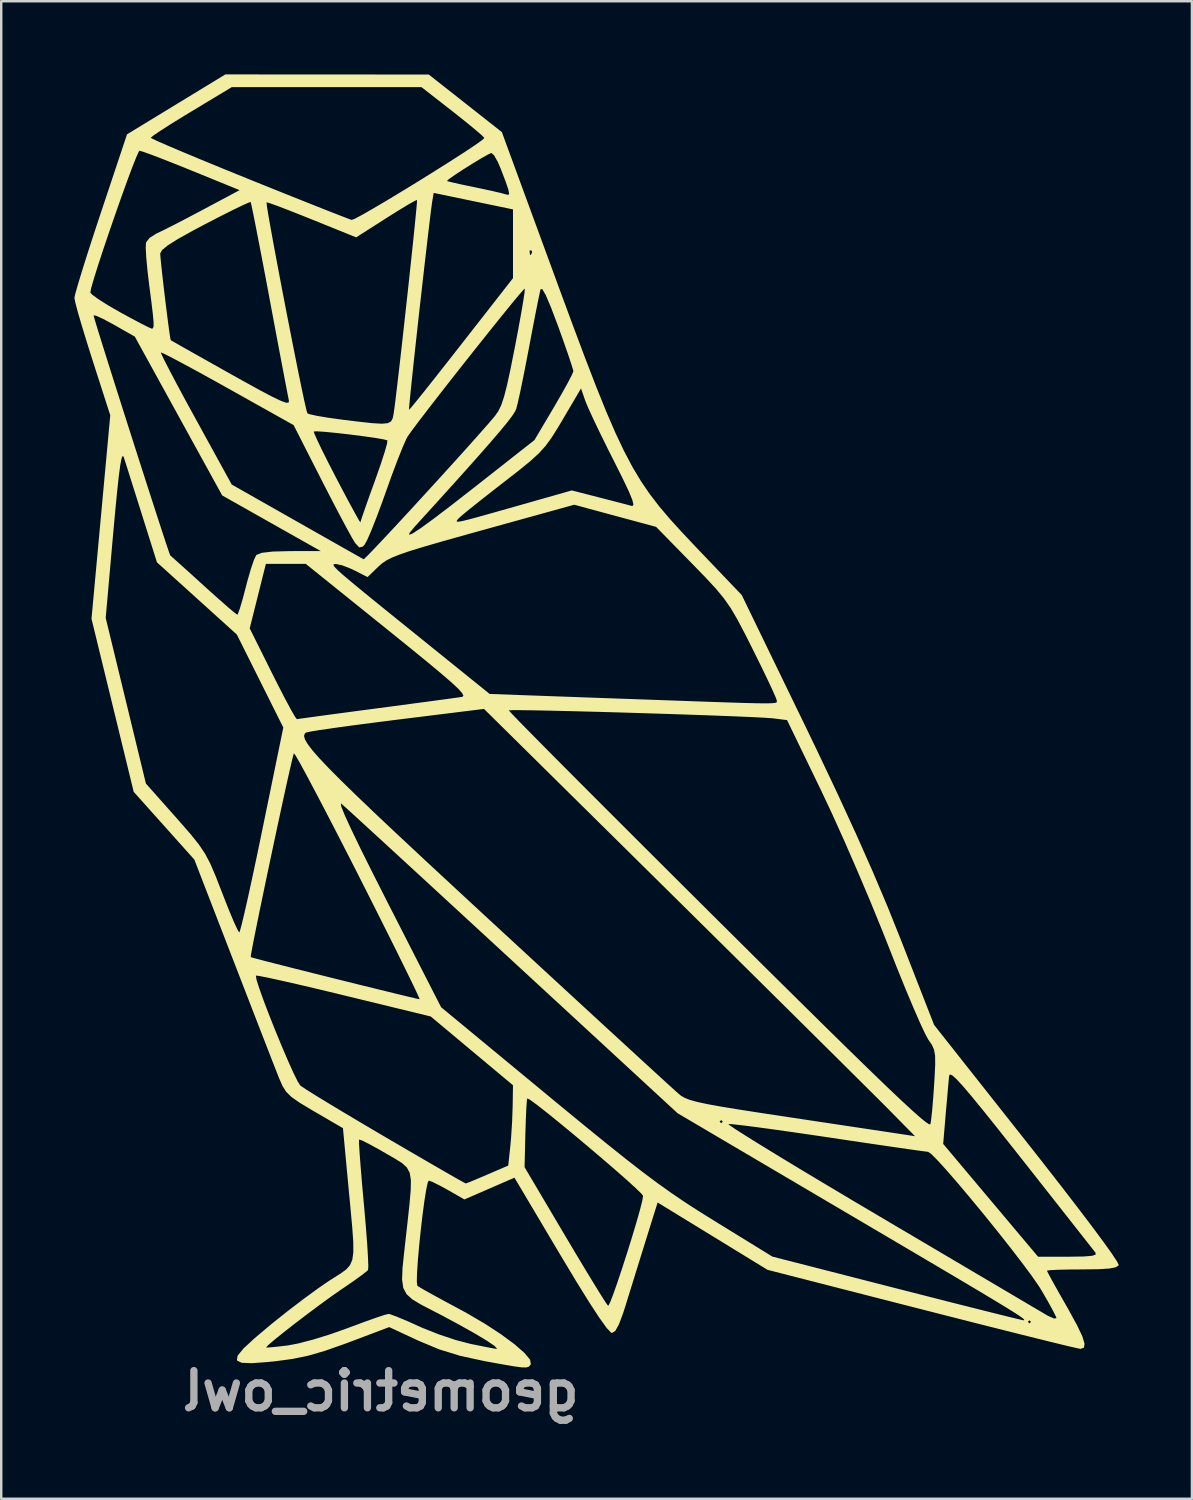
<source format=kicad_pcb>
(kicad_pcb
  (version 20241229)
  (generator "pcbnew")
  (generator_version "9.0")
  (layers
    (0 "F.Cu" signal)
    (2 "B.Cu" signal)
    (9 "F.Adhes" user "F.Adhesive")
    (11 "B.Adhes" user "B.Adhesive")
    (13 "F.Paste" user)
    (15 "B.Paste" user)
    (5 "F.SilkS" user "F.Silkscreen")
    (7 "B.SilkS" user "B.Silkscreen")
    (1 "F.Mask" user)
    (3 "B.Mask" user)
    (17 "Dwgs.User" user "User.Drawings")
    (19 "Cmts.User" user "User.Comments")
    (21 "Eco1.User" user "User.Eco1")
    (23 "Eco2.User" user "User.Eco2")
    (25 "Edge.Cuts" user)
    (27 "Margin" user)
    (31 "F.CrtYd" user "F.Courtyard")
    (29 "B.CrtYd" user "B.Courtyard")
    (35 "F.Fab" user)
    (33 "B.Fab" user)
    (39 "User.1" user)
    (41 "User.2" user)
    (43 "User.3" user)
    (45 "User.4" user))
  (footprint "geometric_owl"
    (layer "F.Cu")
    (at 14.458 24.749)
    (property "Reference" "geometric_owl" (at -1.905 29.21 0) (layer "F.Fab") (effects (font (size 1.524 1.524) (thickness 0.3)) (justify mirror)))
    (attr board_only exclude_from_pos_files exclude_from_bom)
    (fp_poly (pts (xy -10.288 -23.521) (xy -12.302 -22.294) (xy -13.38 -19.062) (xy -13.671 -18.182) (xy -13.932 -17.375) (xy -14.152 -16.676) (xy -14.32 -16.12) (xy -14.426 -15.744) (xy -14.458 -15.588) (xy -14.42 -15.391) (xy -14.313 -14.99) (xy -14.149 -14.431) (xy -13.943 -13.756) (xy -13.724 -13.062) (xy -12.989 -10.778) (xy -13.758 -2.439) (xy -12.893 1.108) (xy -12.028 4.655) (xy -10.785 6.044) (xy -9.542 7.433) (xy -7.944 11.565) (xy -7.552 12.577) (xy -7.179 13.541) (xy -6.837 14.423) (xy -6.54 15.187) (xy -6.302 15.799) (xy -6.135 16.225) (xy -6.072 16.385) (xy -5.932 16.706) (xy -5.779 16.949) (xy -5.56 17.163) (xy -5.225 17.397) (xy -4.721 17.7) (xy -4.624 17.756) (xy -3.452 18.439) (xy -3.233 20.78) (xy -3.139 21.769) (xy -3.069 22.534) (xy -3.029 23.11) (xy -3.027 23.531) (xy -3.069 23.835) (xy -3.164 24.055) (xy -3.317 24.228) (xy -3.536 24.388) (xy -3.827 24.572) (xy -4.003 24.684) (xy -4.502 25.026) (xy -5.12 25.48) (xy -5.78 25.985) (xy -6.403 26.484) (xy -6.411 26.49) (xy -7.077 27.051) (xy -7.532 27.472) (xy -7.773 27.769) (xy -7.799 27.958) (xy -7.607 28.054) (xy -7.197 28.071) (xy -6.565 28.026) (xy -6.231 27.992) (xy -5.526 27.898) (xy -4.878 27.764) (xy -4.194 27.566) (xy -3.385 27.281) (xy -3.22 27.22) (xy -1.556 26.592) (xy -0.355 27.151) (xy 0.493 27.505) (xy 1.356 27.771) (xy 2.357 27.987) (xy 2.364 27.988) (xy 3.066 28.116) (xy 3.554 28.199) (xy 3.871 28.242) (xy 4.06 28.246) (xy 4.163 28.215) (xy 4.223 28.152) (xy 4.248 28.111) (xy 4.217 27.927) (xy 3.983 27.647) (xy 3.778 27.468) (xy 2.861 27.468) (xy 2.832 27.484) (xy 2.68 27.459) (xy 2.341 27.394) (xy 1.88 27.301) (xy 1.768 27.278) (xy 1.164 27.12) (xy 0.463 26.885) (xy -0.205 26.619) (xy -0.332 26.562) (xy -0.831 26.338) (xy -1.247 26.165) (xy -1.52 26.065) (xy -1.584 26.051) (xy -1.755 26.095) (xy -2.118 26.216) (xy -2.621 26.396) (xy -3.214 26.616) (xy -3.288 26.644) (xy -3.977 26.888) (xy -4.672 27.103) (xy -5.289 27.264) (xy -5.712 27.344) (xy -6.152 27.395) (xy -6.473 27.426) (xy -6.604 27.43) (xy -6.528 27.341) (xy -6.283 27.13) (xy -5.909 26.828) (xy -5.447 26.466) (xy -4.937 26.077) (xy -4.421 25.692) (xy -3.94 25.342) (xy -3.534 25.058) (xy -3.493 25.031) (xy -3.046 24.725) (xy -2.686 24.466) (xy -2.465 24.292) (xy -2.423 24.249) (xy -2.413 24.09) (xy -2.427 23.713) (xy -2.461 23.159) (xy -2.514 22.469) (xy -2.582 21.685) (xy -2.595 21.544) (xy -2.667 20.752) (xy -2.725 20.053) (xy -2.768 19.487) (xy -2.792 19.093) (xy -2.794 18.911) (xy -2.792 18.904) (xy -2.668 18.944) (xy -2.373 19.092) (xy -1.957 19.321) (xy -1.699 19.47) (xy -1.314 19.692) (xy -1.029 19.871) (xy -0.834 20.049) (xy -0.717 20.266) (xy -0.668 20.565) (xy -0.675 20.986) (xy -0.727 21.571) (xy -0.813 22.361) (xy -0.847 22.665) (xy -0.944 23.527) (xy -1.011 24.172) (xy -1.029 24.645) (xy -0.98 24.988) (xy -0.844 25.244) (xy -0.605 25.459) (xy -0.242 25.675) (xy 0.261 25.936) (xy 0.617 26.12) (xy 1.355 26.517) (xy 1.973 26.865) (xy 2.447 27.15) (xy 2.751 27.356) (xy 2.861 27.468) (xy 3.778 27.468) (xy 3.578 27.293) (xy 3.03 26.889) (xy 2.37 26.457) (xy 1.627 26.021) (xy 1.303 25.845) (xy 0.712 25.528) (xy 0.205 25.251) (xy -0.173 25.039) (xy -0.38 24.915) (xy -0.403 24.897) (xy -0.425 24.738) (xy -0.416 24.381) (xy -0.383 23.877) (xy -0.331 23.278) (xy -0.265 22.636) (xy -0.191 22.002) (xy -0.115 21.429) (xy -0.042 20.968) (xy 0.022 20.671) (xy 0.065 20.586) (xy 0.242 20.654) (xy 0.563 20.815) (xy 0.86 20.979) (xy 1.525 21.36) (xy 2.551 20.914) (xy 3.577 20.468) (xy 5.467 23.65) (xy 6.111 24.721) (xy 6.642 25.577) (xy 7.059 26.214) (xy 7.358 26.63) (xy 7.538 26.82) (xy 7.571 26.833) (xy 7.708 26.75) (xy 7.858 26.482) (xy 8.038 26) (xy 8.135 25.693) (xy 8.324 25.083) (xy 8.557 24.332) (xy 8.8 23.549) (xy 8.965 23.019) (xy 9.444 21.485) (xy 11.697 22.865) (xy 13.949 24.245) (xy 20.271 25.865) (xy 21.515 26.182) (xy 22.684 26.479) (xy 23.756 26.75) (xy 24.704 26.987) (xy 25.503 27.185) (xy 26.13 27.338) (xy 26.559 27.439) (xy 26.765 27.483) (xy 26.778 27.484) (xy 26.916 27.435) (xy 26.943 27.272) (xy 26.851 26.97) (xy 26.63 26.506) (xy 26.559 26.377) (xy 24.749 26.377) (xy 24.684 26.442) (xy 24.618 26.377) (xy 24.684 26.312) (xy 24.749 26.377) (xy 26.559 26.377) (xy 26.519 26.304) (xy 24.47 26.304) (xy 24.439 26.312) (xy 24.434 26.312) (xy 24.288 26.28) (xy 23.918 26.191) (xy 23.35 26.05) (xy 22.612 25.865) (xy 21.73 25.643) (xy 20.733 25.389) (xy 19.648 25.112) (xy 19.237 25.007) (xy 14.147 23.702) (xy 11.771 22.239) (xy 11.147 21.85) (xy 10.571 21.478) (xy 10.18 21.213) (xy 8.849 21.213) (xy 8.816 21.414) (xy 8.719 21.795) (xy 8.573 22.311) (xy 8.392 22.914) (xy 8.192 23.556) (xy 7.987 24.191) (xy 7.793 24.772) (xy 7.624 25.252) (xy 7.495 25.584) (xy 7.421 25.72) (xy 7.416 25.72) (xy 7.325 25.596) (xy 7.122 25.278) (xy 6.825 24.797) (xy 6.453 24.185) (xy 6.025 23.471) (xy 5.655 22.849) (xy 3.991 20.037) (xy 4.025 18.648) (xy 4.043 18.076) (xy 4.064 17.611) (xy 4.086 17.306) (xy 4.102 17.217) (xy 4.216 17.276) (xy 4.493 17.478) (xy 4.899 17.797) (xy 5.401 18.202) (xy 5.965 18.667) (xy 6.557 19.163) (xy 7.145 19.662) (xy 7.695 20.136) (xy 8.174 20.556) (xy 8.547 20.896) (xy 8.783 21.126) (xy 8.849 21.213) (xy 10.18 21.213) (xy 10.015 21.101) (xy 9.448 20.697) (xy 8.841 20.244) (xy 8.165 19.719) (xy 7.39 19.1) (xy 6.486 18.366) (xy 5.424 17.493) (xy 4.983 17.129) (xy 4.44 16.68) (xy 3.517 16.68) (xy 3.503 17.556) (xy 3.481 18.168) (xy 3.44 18.817) (xy 3.405 19.201) (xy 3.322 19.972) (xy 2.475 20.336) (xy 2.052 20.517) (xy 1.734 20.649) (xy 1.586 20.705) (xy 1.583 20.706) (xy 1.464 20.644) (xy 1.148 20.466) (xy 0.665 20.189) (xy 0.043 19.829) (xy -0.69 19.403) (xy -1.505 18.927) (xy -1.71 18.807) (xy -2.554 18.31) (xy -3.333 17.847) (xy -4.016 17.436) (xy -4.573 17.096) (xy -4.973 16.845) (xy -5.184 16.704) (xy -5.2 16.691) (xy -5.309 16.52) (xy -5.485 16.164) (xy -5.708 15.668) (xy -5.96 15.079) (xy -6.222 14.443) (xy -6.475 13.807) (xy -6.7 13.218) (xy -6.878 12.721) (xy -6.992 12.363) (xy -7.022 12.192) (xy -7.018 12.185) (xy -6.883 12.201) (xy -6.526 12.271) (xy -5.983 12.39) (xy -5.284 12.549) (xy -4.462 12.742) (xy -3.551 12.961) (xy -3.409 12.996) (xy 0.145 13.861) (xy 1.831 15.271) (xy 3.517 16.68) (xy 4.44 16.68) (xy 0.571 13.482) (xy 0.404 13.156) (xy -0.311 13.156) (xy -0.451 13.126) (xy -0.81 13.041) (xy -1.355 12.909) (xy -2.053 12.738) (xy -2.87 12.537) (xy -3.772 12.313) (xy -3.797 12.307) (xy -4.698 12.082) (xy -5.511 11.877) (xy -6.204 11.701) (xy -6.744 11.562) (xy -7.098 11.468) (xy -7.233 11.428) (xy -7.233 11.428) (xy -7.216 11.293) (xy -7.151 10.941) (xy -7.045 10.408) (xy -6.908 9.73) (xy -6.745 8.944) (xy -6.566 8.087) (xy -6.378 7.196) (xy -6.189 6.307) (xy -6.006 5.457) (xy -5.838 4.683) (xy -5.691 4.02) (xy -5.574 3.507) (xy -5.495 3.179) (xy -5.463 3.074) (xy -5.391 3.171) (xy -5.214 3.478) (xy -4.945 3.971) (xy -4.596 4.628) (xy -4.178 5.425) (xy -3.705 6.338) (xy -3.188 7.346) (xy -2.815 8.079) (xy -2.279 9.139) (xy -1.784 10.125) (xy -1.341 11.011) (xy -0.963 11.776) (xy -0.66 12.395) (xy -0.444 12.845) (xy -0.328 13.103) (xy -0.311 13.156) (xy 0.404 13.156) (xy -1.625 9.183) (xy -2.234 7.98) (xy -2.731 6.983) (xy -3.111 6.195) (xy -3.375 5.621) (xy -3.518 5.266) (xy -3.54 5.132) (xy -3.511 5.145) (xy -3.366 5.275) (xy -3.045 5.567) (xy -2.566 6.006) (xy -1.943 6.577) (xy -1.194 7.265) (xy -0.335 8.055) (xy 0.618 8.933) (xy 1.649 9.883) (xy 2.742 10.89) (xy 3.53 11.616) (xy 10.263 17.827) (xy 17.278 21.961) (xy 18.747 22.827) (xy 20.008 23.57) (xy 21.074 24.2) (xy 21.962 24.726) (xy 22.686 25.157) (xy 23.262 25.503) (xy 23.706 25.772) (xy 24.032 25.975) (xy 24.256 26.12) (xy 24.394 26.217) (xy 24.46 26.275) (xy 24.47 26.304) (xy 26.519 26.304) (xy 26.477 26.227) (xy 25.791 26.227) (xy 25.694 26.24) (xy 25.453 26.135) (xy 25.367 26.087) (xy 25.179 25.975) (xy 24.787 25.744) (xy 24.215 25.406) (xy 23.483 24.974) (xy 22.614 24.461) (xy 21.629 23.879) (xy 20.551 23.242) (xy 19.4 22.563) (xy 18.574 22.075) (xy 17.405 21.383) (xy 16.311 20.731) (xy 15.31 20.131) (xy 14.422 19.593) (xy 13.667 19.131) (xy 13.063 18.755) (xy 12.63 18.479) (xy 12.387 18.313) (xy 12.342 18.268) (xy 12.501 18.276) (xy 12.885 18.318) (xy 13.461 18.391) (xy 14.198 18.491) (xy 15.061 18.613) (xy 16.019 18.753) (xy 16.438 18.815) (xy 17.426 18.963) (xy 18.333 19.097) (xy 19.125 19.213) (xy 19.772 19.306) (xy 20.239 19.371) (xy 20.495 19.405) (xy 20.531 19.408) (xy 20.669 19.506) (xy 20.939 19.78) (xy 21.316 20.196) (xy 21.774 20.725) (xy 22.286 21.334) (xy 22.828 21.991) (xy 23.372 22.665) (xy 23.893 23.324) (xy 24.365 23.937) (xy 24.763 24.472) (xy 25.059 24.897) (xy 25.166 25.067) (xy 25.438 25.535) (xy 25.65 25.922) (xy 25.773 26.17) (xy 25.791 26.227) (xy 26.477 26.227) (xy 26.274 25.855) (xy 26.182 25.694) (xy 25.88 25.164) (xy 25.632 24.721) (xy 25.464 24.411) (xy 25.4 24.28) (xy 25.4 24.28) (xy 25.522 24.259) (xy 25.851 24.242) (xy 26.336 24.231) (xy 26.837 24.228) (xy 27.508 24.22) (xy 27.957 24.192) (xy 28.221 24.141) (xy 28.336 24.063) (xy 28.343 24.049) (xy 28.278 23.909) (xy 28.088 23.622) (xy 27.397 23.622) (xy 27.247 23.671) (xy 26.909 23.698) (xy 26.348 23.707) (xy 26.276 23.707) (xy 25.037 23.707) (xy 23.092 21.395) (xy 21.148 19.083) (xy 21.175 18.768) (xy 19.994 18.768) (xy 19.473 18.688) (xy 19.218 18.65) (xy 18.74 18.578) (xy 18.077 18.478) (xy 17.264 18.356) (xy 16.336 18.216) (xy 16.034 18.171) (xy 12.114 18.171) (xy 12.049 18.236) (xy 11.984 18.171) (xy 12.049 18.106) (xy 12.114 18.171) (xy 16.034 18.171) (xy 15.33 18.065) (xy 14.831 17.99) (xy 13.676 17.815) (xy 12.75 17.671) (xy 12.024 17.552) (xy 11.471 17.451) (xy 11.062 17.362) (xy 10.768 17.281) (xy 10.561 17.2) (xy 10.411 17.115) (xy 10.334 17.055) (xy 10.179 16.917) (xy 9.849 16.617) (xy 9.359 16.169) (xy 8.724 15.587) (xy 7.961 14.886) (xy 7.085 14.081) (xy 6.112 13.185) (xy 5.057 12.213) (xy 3.937 11.18) (xy 2.767 10.1) (xy 2.66 10.002) (xy 1.214 8.665) (xy -0.05 7.492) (xy -1.143 6.472) (xy -2.076 5.594) (xy -2.858 4.847) (xy -3.501 4.221) (xy -4.017 3.703) (xy -4.414 3.283) (xy -4.705 2.951) (xy -4.901 2.694) (xy -5.011 2.503) (xy -5.047 2.366) (xy -5.019 2.271) (xy -4.966 2.224) (xy -4.807 2.188) (xy -4.425 2.125) (xy -3.852 2.042) (xy -3.688 2.019) (xy -5.897 2.019) (xy -6.759 6.22) (xy -6.967 7.226) (xy -7.163 8.146) (xy -7.338 8.95) (xy -7.487 9.608) (xy -7.602 10.09) (xy -7.677 10.365) (xy -7.701 10.42) (xy -7.774 10.306) (xy -7.919 9.991) (xy -8.117 9.521) (xy -8.347 8.94) (xy -8.414 8.766) (xy -8.673 8.101) (xy -8.888 7.599) (xy -9.102 7.193) (xy -9.356 6.814) (xy -9.692 6.394) (xy -10.151 5.867) (xy -10.287 5.713) (xy -11.528 4.315) (xy -12.352 0.92) (xy -13.176 -2.474) (xy -12.896 -5.633) (xy -12.795 -6.751) (xy -12.71 -7.627) (xy -12.639 -8.283) (xy -12.579 -8.736) (xy -12.528 -9.006) (xy -12.482 -9.113) (xy -12.439 -9.075) (xy -12.432 -9.053) (xy -12.38 -8.89) (xy -12.264 -8.524) (xy -12.098 -7.996) (xy -11.895 -7.353) (xy -11.732 -6.838) (xy -11.076 -4.753) (xy -9.438 -3.272) (xy -7.801 -1.792) (xy -5.897 2.019) (xy -3.688 2.019) (xy -3.125 1.941) (xy -2.276 1.83) (xy -1.342 1.711) (xy -1.254 1.7) (xy 2.329 1.256) (xy 10.12 8.955) (xy 11.334 10.155) (xy 12.515 11.323) (xy 13.647 12.443) (xy 14.714 13.499) (xy 15.699 14.476) (xy 16.588 15.357) (xy 17.363 16.127) (xy 18.009 16.769) (xy 18.51 17.267) (xy 18.849 17.607) (xy 18.952 17.711) (xy 19.994 18.768) (xy 21.175 18.768) (xy 21.253 17.845) (xy 21.304 17.267) (xy 21.349 16.756) (xy 21.383 16.39) (xy 21.393 16.288) (xy 21.428 16.236) (xy 21.522 16.276) (xy 21.689 16.425) (xy 21.942 16.698) (xy 22.294 17.111) (xy 22.76 17.679) (xy 23.353 18.419) (xy 24.086 19.344) (xy 24.347 19.675) (xy 25.022 20.531) (xy 25.648 21.326) (xy 26.207 22.037) (xy 26.68 22.638) (xy 27.048 23.106) (xy 27.292 23.416) (xy 27.391 23.544) (xy 27.397 23.622) (xy 28.088 23.622) (xy 28.063 23.583) (xy 27.709 23.088) (xy 27.228 22.44) (xy 26.633 21.656) (xy 25.936 20.752) (xy 25.15 19.744) (xy 24.594 19.038) (xy 22.058 15.83) (xy 20.821 15.83) (xy 20.795 16.363) (xy 20.778 16.647) (xy 20.736 17.246) (xy 20.691 17.764) (xy 20.649 18.136) (xy 20.624 18.278) (xy 20.571 18.279) (xy 20.432 18.188) (xy 20.197 17.996) (xy 19.859 17.696) (xy 19.408 17.279) (xy 18.837 16.738) (xy 18.137 16.062) (xy 17.298 15.245) (xy 16.313 14.279) (xy 15.173 13.154) (xy 13.868 11.864) (xy 12.392 10.398) (xy 11.932 9.941) (xy 10.687 8.703) (xy 9.497 7.517) (xy 8.375 6.397) (xy 7.332 5.355) (xy 6.382 4.404) (xy 5.538 3.556) (xy 4.812 2.825) (xy 4.218 2.223) (xy 3.767 1.764) (xy 3.473 1.459) (xy 3.348 1.322) (xy 3.344 1.316) (xy 3.479 1.307) (xy 3.84 1.307) (xy 4.396 1.314) (xy 5.113 1.329) (xy 5.957 1.349) (xy 6.896 1.373) (xy 7.897 1.401) (xy 8.927 1.432) (xy 9.952 1.465) (xy 10.939 1.498) (xy 11.855 1.531) (xy 12.667 1.563) (xy 13.343 1.592) (xy 13.848 1.618) (xy 14.15 1.64) (xy 14.18 1.643) (xy 14.749 1.714) (xy 16.147 4.602) (xy 16.601 5.567) (xy 17.111 6.699) (xy 17.644 7.922) (xy 18.168 9.158) (xy 18.647 10.331) (xy 18.889 10.942) (xy 19.25 11.857) (xy 19.597 12.712) (xy 19.915 13.471) (xy 20.188 14.098) (xy 20.402 14.557) (xy 20.539 14.811) (xy 20.548 14.824) (xy 20.688 15.028) (xy 20.775 15.223) (xy 20.817 15.47) (xy 20.821 15.83) (xy 22.058 15.83) (xy 20.776 14.207) (xy 19.414 10.718) (xy 18.866 9.352) (xy 18.26 7.92) (xy 17.579 6.385) (xy 16.809 4.711) (xy 15.934 2.865) (xy 15.473 1.91) (xy 15.005 0.946) (xy 14.332 0.946) (xy 14.33 0.976) (xy 14.299 0.999) (xy 14.219 1.015) (xy 14.067 1.025) (xy 13.822 1.028) (xy 13.462 1.023) (xy 12.966 1.011) (xy 12.312 0.99) (xy 11.478 0.962) (xy 10.442 0.925) (xy 9.184 0.88) (xy 8.131 0.843) (xy 4.56 0.715) (xy 1.484 0.715) (xy 1.443 0.761) (xy 1.422 0.765) (xy 1.209 0.795) (xy 0.776 0.854) (xy 0.165 0.937) (xy -0.587 1.037) (xy -1.438 1.151) (xy -2.084 1.236) (xy -2.966 1.353) (xy -3.76 1.459) (xy -4.43 1.549) (xy -4.94 1.619) (xy -5.256 1.662) (xy -5.343 1.676) (xy -5.42 1.571) (xy -5.592 1.272) (xy -5.836 0.816) (xy -6.132 0.242) (xy -6.342 -0.176) (xy -7.274 -2.045) (xy -6.942 -3.367) (xy -6.611 -4.689) (xy -4.976 -4.689) (xy -1.619 -1.986) (xy -0.695 -1.24) (xy 0.041 -0.638) (xy 0.606 -0.168) (xy 1.016 0.188) (xy 1.288 0.443) (xy 1.438 0.614) (xy 1.484 0.715) (xy 4.56 0.715) (xy 2.561 0.643) (xy -0.25 -1.625) (xy -1.224 -2.411) (xy -2.012 -3.049) (xy -2.633 -3.555) (xy -3.104 -3.944) (xy -3.443 -4.23) (xy -3.667 -4.431) (xy -3.794 -4.561) (xy -3.842 -4.636) (xy -3.828 -4.672) (xy -3.77 -4.683) (xy -3.74 -4.684) (xy -3.485 -4.63) (xy -3.121 -4.488) (xy -2.975 -4.418) (xy -2.444 -4.147) (xy -1.997 -4.58) (xy -1.85 -4.71) (xy -1.676 -4.828) (xy -1.444 -4.946) (xy -1.125 -5.074) (xy -0.69 -5.222) (xy -0.108 -5.4) (xy 0.65 -5.619) (xy 1.614 -5.89) (xy 2.238 -6.063) (xy 6.026 -7.113) (xy 7.703 -6.659) (xy 9.381 -6.206) (xy 10.865 -4.69) (xy 11.417 -4.122) (xy 11.835 -3.67) (xy 12.162 -3.274) (xy 12.441 -2.875) (xy 12.713 -2.412) (xy 13.022 -1.825) (xy 13.338 -1.198) (xy 13.665 -0.538) (xy 13.947 0.045) (xy 14.163 0.508) (xy 14.296 0.812) (xy 14.328 0.91) (xy 14.332 0.946) (xy 15.005 0.946) (xy 12.893 -3.41) (xy 10.992 -5.401) (xy 10.438 -5.989) (xy 9.949 -6.527) (xy 9.515 -7.039) (xy 9.452 -7.121) (xy 8.454 -7.121) (xy 8.412 -7.059) (xy 8.384 -7.063) (xy 8.151 -7.126) (xy 7.74 -7.233) (xy 7.227 -7.365) (xy 7.034 -7.415) (xy 5.927 -7.699) (xy 3.647 -7.051) (xy 2.787 -6.808) (xy 2.148 -6.628) (xy 1.7 -6.507) (xy 1.413 -6.438) (xy 1.259 -6.415) (xy 1.206 -6.431) (xy 1.226 -6.48) (xy 1.28 -6.545) (xy 1.426 -6.677) (xy 1.742 -6.937) (xy 2.188 -7.293) (xy 2.726 -7.715) (xy 3.107 -8.011) (xy 3.742 -8.505) (xy 4.215 -8.89) (xy 4.567 -9.21) (xy 4.844 -9.514) (xy 5.09 -9.848) (xy 5.349 -10.259) (xy 5.55 -10.596) (xy 6.305 -11.879) (xy 6.478 -11.378) (xy 6.595 -11.092) (xy 6.808 -10.627) (xy 7.092 -10.034) (xy 7.421 -9.366) (xy 7.639 -8.936) (xy 8.008 -8.199) (xy 8.261 -7.667) (xy 8.406 -7.315) (xy 8.454 -7.121) (xy 9.452 -7.121) (xy 9.122 -7.55) (xy 8.758 -8.084) (xy 8.41 -8.665) (xy 8.066 -9.317) (xy 7.713 -10.064) (xy 7.339 -10.93) (xy 6.931 -11.939) (xy 6.683 -12.583) (xy 5.992 -12.583) (xy 5.929 -12.428) (xy 5.757 -12.098) (xy 5.503 -11.642) (xy 5.195 -11.11) (xy 4.397 -9.763) (xy 1.916 -7.812) (xy 1.002 -7.1) (xy 0.284 -6.552) (xy -0.244 -6.167) (xy -0.584 -5.942) (xy -0.742 -5.874) (xy -0.721 -5.96) (xy -0.525 -6.197) (xy -0.505 -6.22) (xy 0.491 -7.316) (xy 1.322 -8.237) (xy 2.002 -8.998) (xy 2.544 -9.614) (xy 2.962 -10.1) (xy 3.269 -10.472) (xy 3.478 -10.745) (xy 3.601 -10.934) (xy 3.647 -11.031) (xy 3.711 -11.28) (xy 3.812 -11.734) (xy 3.937 -12.339) (xy 4.076 -13.045) (xy 4.172 -13.547) (xy 4.311 -14.28) (xy 4.438 -14.936) (xy 4.544 -15.468) (xy 4.619 -15.826) (xy 4.648 -15.947) (xy 4.719 -15.949) (xy 4.86 -15.703) (xy 5.071 -15.209) (xy 5.353 -14.464) (xy 5.357 -14.454) (xy 5.585 -13.819) (xy 5.776 -13.27) (xy 5.915 -12.852) (xy 5.986 -12.615) (xy 5.992 -12.583) (xy 6.683 -12.583) (xy 6.477 -13.116) (xy 5.964 -14.484) (xy 5.414 -15.972) (xy 4.001 -15.972) (xy 3.993 -15.834) (xy 3.941 -15.482) (xy 3.852 -14.956) (xy 3.732 -14.297) (xy 3.589 -13.547) (xy 3.416 -12.677) (xy 3.274 -12.023) (xy 3.152 -11.545) (xy 3.038 -11.202) (xy 2.919 -10.954) (xy 2.784 -10.759) (xy 2.768 -10.739) (xy 2.5 -10.425) (xy 2.113 -9.986) (xy 1.634 -9.449) (xy 1.088 -8.844) (xy 0.501 -8.197) (xy -0.101 -7.538) (xy -0.692 -6.894) (xy -1.247 -6.293) (xy -1.741 -5.764) (xy -2.146 -5.335) (xy -2.437 -5.033) (xy -2.59 -4.887) (xy -2.605 -4.878) (xy -2.732 -4.948) (xy -3.053 -5.13) (xy -3.203 -5.214) (xy -4.364 -5.214) (xy -5.618 -5.212) (xy -6.321 -5.194) (xy -6.777 -5.142) (xy -7 -5.054) (xy -7.009 -5.044) (xy -7.101 -4.849) (xy -7.23 -4.468) (xy -7.373 -3.97) (xy -7.432 -3.742) (xy -7.564 -3.241) (xy -7.68 -2.852) (xy -7.76 -2.633) (xy -7.782 -2.605) (xy -7.896 -2.688) (xy -8.166 -2.915) (xy -8.553 -3.255) (xy -9.022 -3.675) (xy -9.166 -3.806) (xy -9.649 -4.245) (xy -10.06 -4.615) (xy -10.361 -4.885) (xy -10.516 -5.022) (xy -10.528 -5.032) (xy -10.576 -5.156) (xy -10.691 -5.497) (xy -10.864 -6.021) (xy -11.084 -6.697) (xy -11.341 -7.492) (xy -11.625 -8.373) (xy -11.925 -9.308) (xy -12.231 -10.266) (xy -12.533 -11.212) (xy -12.82 -12.116) (xy -13.082 -12.945) (xy -13.308 -13.666) (xy -13.489 -14.247) (xy -13.613 -14.656) (xy -13.671 -14.86) (xy -13.674 -14.875) (xy -13.573 -14.86) (xy -13.301 -14.738) (xy -12.914 -14.532) (xy -12.83 -14.485) (xy -11.983 -14.003) (xy -10.192 -10.748) (xy -8.402 -7.494) (xy -6.383 -6.354) (xy -4.364 -5.214) (xy -3.203 -5.214) (xy -3.537 -5.403) (xy -4.15 -5.75) (xy -4.86 -6.153) (xy -5.341 -6.426) (xy -8.011 -7.941) (xy -9.486 -10.626) (xy -9.9 -11.383) (xy -10.265 -12.062) (xy -10.564 -12.63) (xy -10.782 -13.054) (xy -10.9 -13.303) (xy -10.916 -13.355) (xy -10.795 -13.307) (xy -10.479 -13.147) (xy -10 -12.893) (xy -9.389 -12.562) (xy -8.679 -12.17) (xy -8.173 -11.888) (xy -5.474 -10.376) (xy -4.309 -8.086) (xy -3.937 -7.363) (xy -3.595 -6.707) (xy -3.302 -6.158) (xy -3.081 -5.757) (xy -2.953 -5.544) (xy -2.947 -5.536) (xy -2.782 -5.362) (xy -2.645 -5.395) (xy -2.568 -5.471) (xy -2.464 -5.657) (xy -2.295 -6.043) (xy -2.082 -6.581) (xy -1.842 -7.224) (xy -1.701 -7.62) (xy -1.452 -8.316) (xy -1.214 -8.947) (xy -1.008 -9.462) (xy -0.882 -9.749) (xy -1.629 -9.749) (xy -1.647 -9.609) (xy -1.742 -9.273) (xy -1.899 -8.788) (xy -2.104 -8.201) (xy -2.15 -8.074) (xy -2.368 -7.47) (xy -2.549 -6.958) (xy -2.677 -6.586) (xy -2.736 -6.4) (xy -2.738 -6.39) (xy -2.795 -6.474) (xy -2.952 -6.753) (xy -3.19 -7.19) (xy -3.487 -7.749) (xy -3.719 -8.19) (xy -4.045 -8.822) (xy -4.319 -9.37) (xy -4.521 -9.793) (xy -4.633 -10.052) (xy -4.648 -10.115) (xy -4.505 -10.121) (xy -4.168 -10.098) (xy -3.7 -10.052) (xy -3.166 -9.991) (xy -2.628 -9.922) (xy -2.151 -9.855) (xy -1.798 -9.795) (xy -1.632 -9.751) (xy -1.629 -9.749) (xy -0.882 -9.749) (xy -0.855 -9.809) (xy -0.802 -9.908) (xy -0.638 -10.14) (xy -0.352 -10.522) (xy 0.033 -11.024) (xy 0.492 -11.616) (xy 1.001 -12.268) (xy 1.537 -12.948) (xy 2.075 -13.626) (xy 2.591 -14.273) (xy 3.061 -14.857) (xy 3.46 -15.348) (xy 3.766 -15.716) (xy 3.953 -15.93) (xy 4.001 -15.972) (xy 5.414 -15.972) (xy 5.379 -16.067) (xy 5.258 -16.399) (xy 3.517 -16.399) (xy 1.4 -13.689) (xy 0.835 -12.968) (xy 0.325 -12.32) (xy -0.109 -11.773) (xy -0.446 -11.353) (xy -0.666 -11.087) (xy -0.745 -11) (xy -0.738 -11.129) (xy -0.705 -11.486) (xy -0.649 -12.04) (xy -0.573 -12.758) (xy -0.481 -13.611) (xy -0.376 -14.566) (xy -0.322 -15.052) (xy -0.207 -16.067) (xy -0.099 -17.015) (xy -0.001 -17.86) (xy 0.082 -18.567) (xy 0.147 -19.1) (xy 0.189 -19.423) (xy 0.198 -19.488) (xy 0.217 -19.604) (xy -0.417 -19.604) (xy -0.422 -19.473) (xy -0.454 -19.12) (xy -0.507 -18.58) (xy -0.577 -17.891) (xy -0.662 -17.089) (xy -0.756 -16.21) (xy -0.857 -15.291) (xy -0.959 -14.368) (xy -1.058 -13.477) (xy -1.152 -12.656) (xy -1.236 -11.94) (xy -1.305 -11.365) (xy -1.357 -10.97) (xy -1.375 -10.844) (xy -1.412 -10.657) (xy -1.479 -10.53) (xy -1.614 -10.456) (xy -1.856 -10.433) (xy -2.245 -10.455) (xy -2.821 -10.518) (xy -3.483 -10.599) (xy -4.048 -10.677) (xy -4.514 -10.755) (xy -4.82 -10.823) (xy -4.909 -10.858) (xy -4.951 -10.999) (xy -5.033 -11.358) (xy -5.037 -11.376) (xy -5.666 -11.376) (xy -5.677 -11.3) (xy -5.775 -11.292) (xy -5.984 -11.365) (xy -6.33 -11.529) (xy -6.836 -11.795) (xy -7.527 -12.176) (xy -8.044 -12.464) (xy -8.763 -12.869) (xy -9.4 -13.227) (xy -9.923 -13.522) (xy -10.298 -13.735) (xy -10.492 -13.846) (xy -10.511 -13.857) (xy -10.537 -13.988) (xy -10.585 -14.321) (xy -10.647 -14.797) (xy -10.718 -15.358) (xy -10.789 -15.948) (xy -10.853 -16.507) (xy -10.905 -16.979) (xy -10.936 -17.306) (xy -10.941 -17.41) (xy -10.87 -17.546) (xy -10.64 -17.737) (xy -10.23 -17.996) (xy -9.618 -18.338) (xy -9.11 -18.608) (xy -8.486 -18.93) (xy -7.948 -19.2) (xy -7.536 -19.399) (xy -7.288 -19.507) (xy -7.236 -19.52) (xy -7.202 -19.385) (xy -7.127 -19.026) (xy -7.017 -18.473) (xy -6.878 -17.759) (xy -6.716 -16.915) (xy -6.538 -15.973) (xy -6.462 -15.566) (xy -6.277 -14.578) (xy -6.105 -13.664) (xy -5.952 -12.857) (xy -5.825 -12.191) (xy -5.731 -11.7) (xy -5.675 -11.42) (xy -5.666 -11.376) (xy -5.037 -11.376) (xy -5.148 -11.899) (xy -5.289 -12.586) (xy -5.448 -13.383) (xy -5.62 -14.253) (xy -5.797 -15.16) (xy -5.972 -16.068) (xy -6.137 -16.941) (xy -6.287 -17.742) (xy -6.413 -18.436) (xy -6.51 -18.985) (xy -6.569 -19.354) (xy -6.584 -19.507) (xy -6.583 -19.508) (xy -6.458 -19.474) (xy -6.134 -19.358) (xy -5.655 -19.174) (xy -5.062 -18.94) (xy -4.731 -18.807) (xy -2.911 -18.071) (xy -1.683 -18.855) (xy -1.19 -19.165) (xy -0.784 -19.411) (xy -0.511 -19.565) (xy -0.417 -19.604) (xy 0.217 -19.604) (xy 0.265 -19.893) (xy 1.891 -19.555) (xy 3.517 -19.217) (xy 3.517 -16.399) (xy 5.258 -16.399) (xy 5.22 -16.501) (xy 4.87 -17.454) (xy 4.298 -17.454) (xy 4.251 -17.347) (xy 4.212 -17.368) (xy 4.196 -17.522) (xy 4.212 -17.541) (xy 4.289 -17.523) (xy 4.298 -17.454) (xy 4.87 -17.454) (xy 3.986 -19.863) (xy 3.36 -19.863) (xy 3.324 -19.809) (xy 3.231 -19.831) (xy 3.024 -19.888) (xy 2.633 -19.979) (xy 2.131 -20.087) (xy 1.946 -20.125) (xy 1.446 -20.229) (xy 1.056 -20.316) (xy 0.836 -20.371) (xy 0.81 -20.382) (xy 0.892 -20.46) (xy 1.136 -20.631) (xy 1.482 -20.858) (xy 1.867 -21.1) (xy 2.229 -21.319) (xy 2.507 -21.475) (xy 2.63 -21.53) (xy 2.74 -21.435) (xy 2.895 -21.161) (xy 3.005 -20.906) (xy 3.21 -20.371) (xy 3.325 -20.037) (xy 3.36 -19.863) (xy 3.986 -19.863) (xy 3.149 -22.144) (xy 2.345 -22.144) (xy 2.239 -22.047) (xy 1.946 -21.84) (xy 1.503 -21.546) (xy 0.947 -21.189) (xy 0.316 -20.791) (xy -0.353 -20.374) (xy -1.024 -19.963) (xy -1.659 -19.58) (xy -2.221 -19.248) (xy -2.672 -18.99) (xy -2.976 -18.829) (xy -3.092 -18.786) (xy -3.25 -18.842) (xy -3.619 -18.984) (xy -4.171 -19.2) (xy -4.875 -19.48) (xy -5.703 -19.81) (xy -6.19 -20.006) (xy -7.688 -20.006) (xy -9.217 -19.19) (xy -9.819 -18.872) (xy -10.368 -18.587) (xy -10.806 -18.366) (xy -11.079 -18.235) (xy -11.1 -18.226) (xy -11.381 -18.047) (xy -11.524 -17.858) (xy -11.535 -17.646) (xy -11.513 -17.237) (xy -11.462 -16.694) (xy -11.398 -16.154) (xy -11.304 -15.432) (xy -11.244 -14.929) (xy -11.214 -14.606) (xy -11.214 -14.425) (xy -11.239 -14.345) (xy -11.284 -14.328) (xy -11.425 -14.388) (xy -11.743 -14.548) (xy -12.186 -14.784) (xy -12.587 -15.002) (xy -13.086 -15.29) (xy -13.486 -15.544) (xy -13.741 -15.732) (xy -13.807 -15.813) (xy -13.767 -16.011) (xy -13.654 -16.399) (xy -13.485 -16.937) (xy -13.274 -17.581) (xy -13.034 -18.291) (xy -12.78 -19.025) (xy -12.528 -19.741) (xy -12.291 -20.397) (xy -12.084 -20.952) (xy -11.92 -21.365) (xy -11.816 -21.592) (xy -11.79 -21.623) (xy -11.631 -21.576) (xy -11.273 -21.447) (xy -10.762 -21.25) (xy -10.14 -21.004) (xy -9.673 -20.815) (xy -7.688 -20.006) (xy -6.19 -20.006) (xy -6.624 -20.18) (xy -7.294 -20.45) (xy -8.254 -20.84) (xy -9.133 -21.201) (xy -9.902 -21.521) (xy -10.533 -21.788) (xy -10.999 -21.99) (xy -11.27 -22.116) (xy -11.329 -22.152) (xy -11.225 -22.242) (xy -10.935 -22.439) (xy -10.499 -22.718) (xy -9.955 -23.054) (xy -9.67 -23.227) (xy -8.009 -24.228) (xy -0.233 -24.228) (xy 1.056 -23.221) (xy 1.544 -22.834) (xy 1.948 -22.504) (xy 2.227 -22.265) (xy 2.343 -22.148) (xy 2.345 -22.144) (xy 3.149 -22.144) (xy 3.061 -22.385) (xy 1.563 -23.565) (xy 0.065 -24.744) (xy -4.104 -24.747) (xy -8.273 -24.749)) (stroke (width 0) (type solid)) (fill yes) (layer "F.SilkS")))
  (gr_rect
    (start -3 -3)
    (end 45.801 58.377)
    (stroke (width 0.1) (type default))
    (fill no)
    (layer "Edge.Cuts")))
</source>
